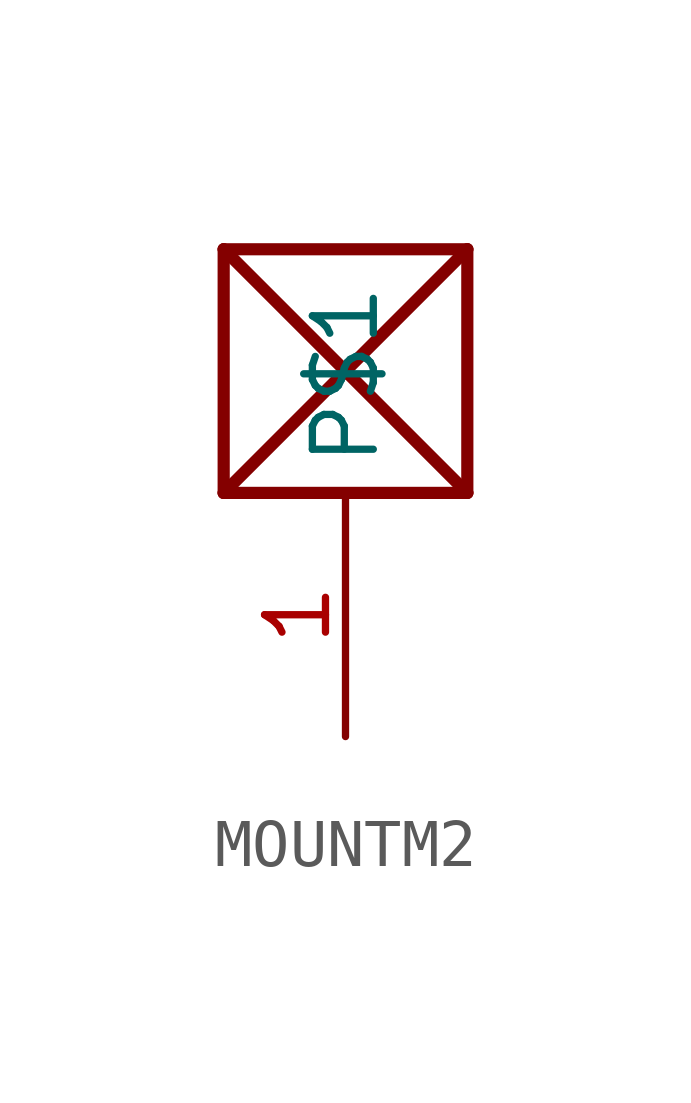
<source format=kicad_sym>
(kicad_symbol_lib
  (version 20231120)
  (generator "kicad_symbol_editor")
  (generator_version "8.0")
  (symbol "MOUNTM2"
    (property "Reference" ""
      (at -2.54 5.08 0)
      (effects (font (size 1.27 1.079)) (justify left bottom) (hide yes)))
    (property "ki_locked" ""
      (at 0 0 0)
      (effects (font (size 1.27 1.27))))
    (symbol "MOUNTM2_1_0"
      (polyline (pts (xy -2.54 -2.54) (xy -2.54 2.54)) (stroke (width 0.254) (type solid)) (fill (type none)))
      (polyline (pts (xy -2.54 2.54) (xy 2.54 -2.54)) (stroke (width 0.254) (type solid)) (fill (type none)))
      (polyline (pts (xy -2.54 2.54) (xy 2.54 2.54)) (stroke (width 0.254) (type solid)) (fill (type none)))
      (polyline (pts (xy 2.54 -2.54) (xy -2.54 -2.54)) (stroke (width 0.254) (type solid)) (fill (type none)))
      (polyline (pts (xy 2.54 -2.54) (xy 2.54 2.54)) (stroke (width 0.254) (type solid)) (fill (type none)))
      (polyline (pts (xy 2.54 2.54) (xy -2.54 -2.54)) (stroke (width 0.254) (type solid)) (fill (type none)))
      (pin bidirectional line (at 0 -7.62 90) (length 5.08) (name "P$1" (effects (font (size 1.27 1.27)))) (number "1" (effects (font (size 1.27 1.27))))))))
</source>
